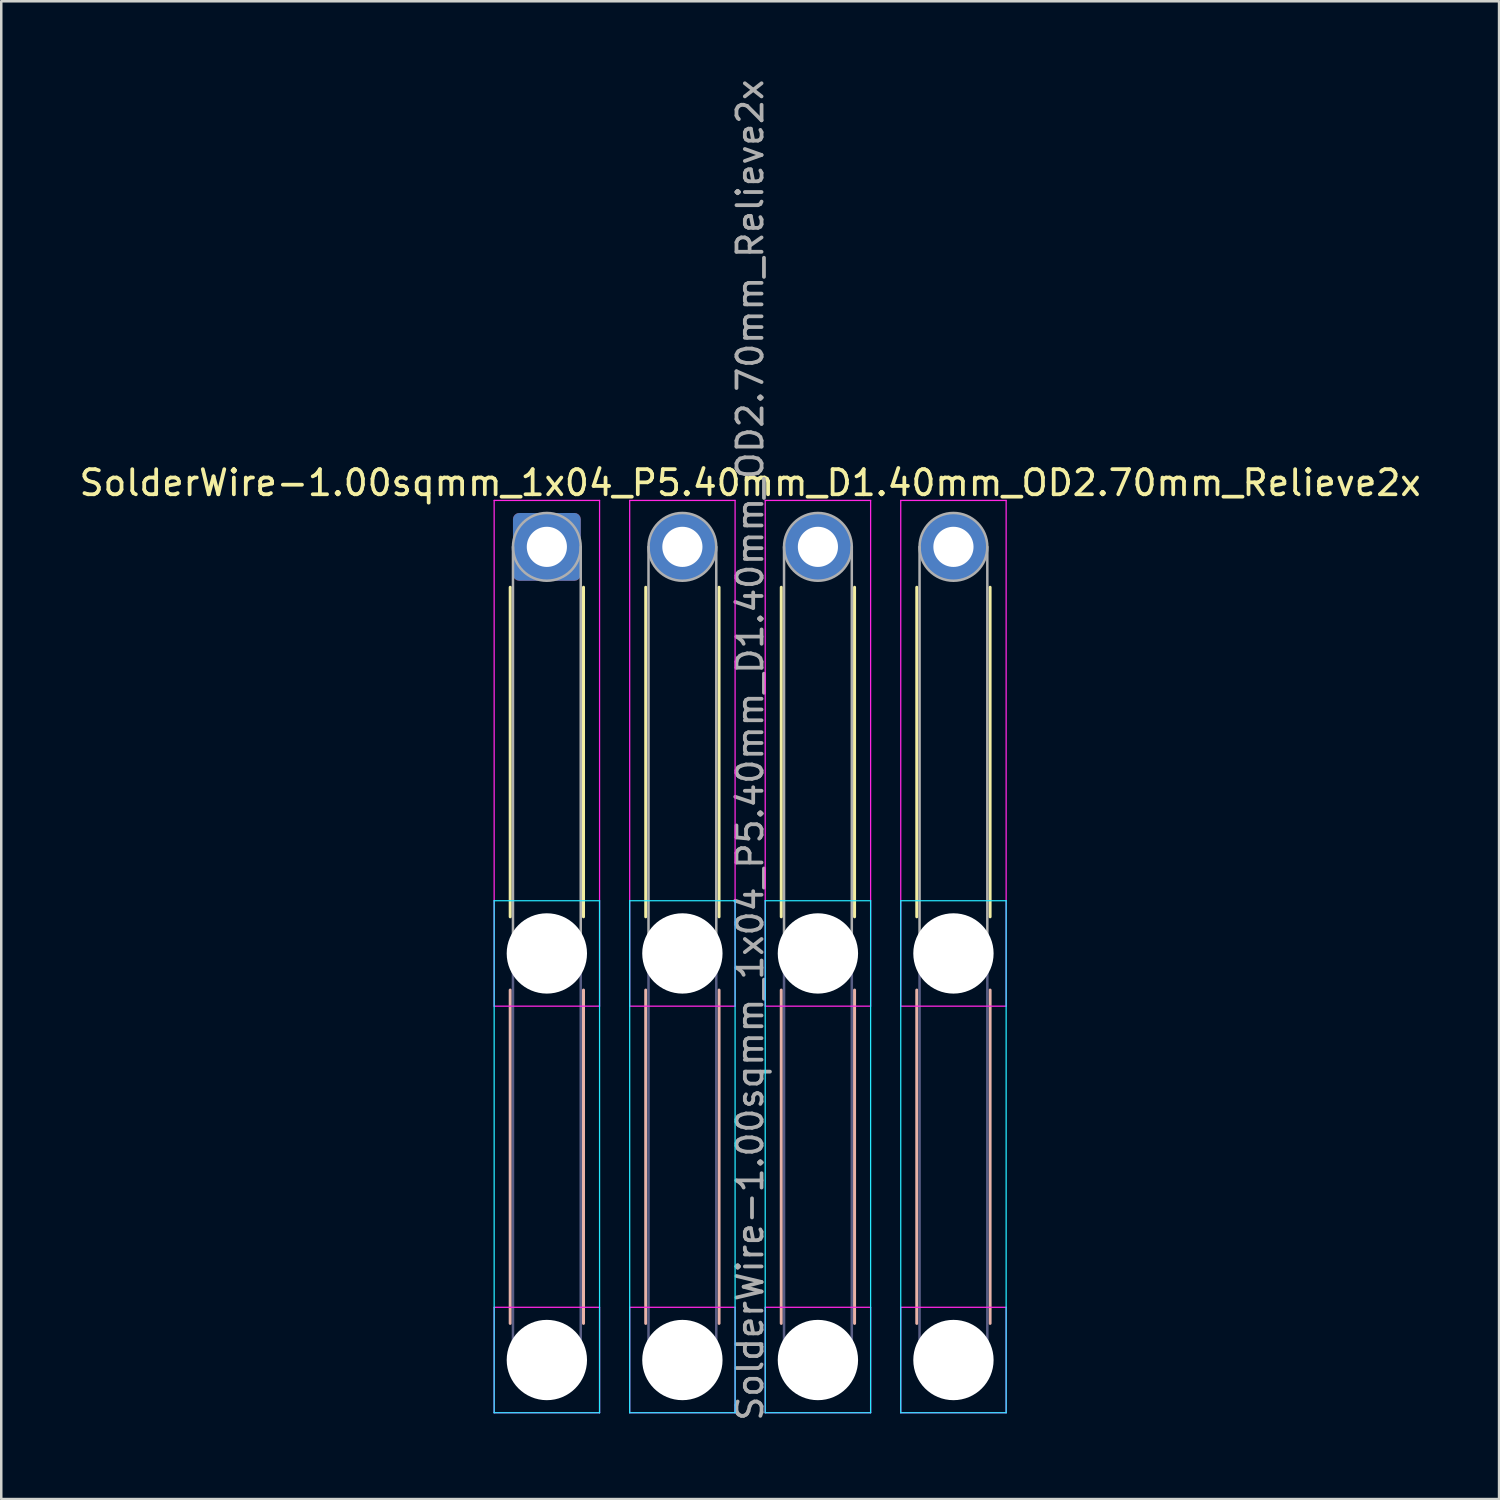
<source format=kicad_pcb>
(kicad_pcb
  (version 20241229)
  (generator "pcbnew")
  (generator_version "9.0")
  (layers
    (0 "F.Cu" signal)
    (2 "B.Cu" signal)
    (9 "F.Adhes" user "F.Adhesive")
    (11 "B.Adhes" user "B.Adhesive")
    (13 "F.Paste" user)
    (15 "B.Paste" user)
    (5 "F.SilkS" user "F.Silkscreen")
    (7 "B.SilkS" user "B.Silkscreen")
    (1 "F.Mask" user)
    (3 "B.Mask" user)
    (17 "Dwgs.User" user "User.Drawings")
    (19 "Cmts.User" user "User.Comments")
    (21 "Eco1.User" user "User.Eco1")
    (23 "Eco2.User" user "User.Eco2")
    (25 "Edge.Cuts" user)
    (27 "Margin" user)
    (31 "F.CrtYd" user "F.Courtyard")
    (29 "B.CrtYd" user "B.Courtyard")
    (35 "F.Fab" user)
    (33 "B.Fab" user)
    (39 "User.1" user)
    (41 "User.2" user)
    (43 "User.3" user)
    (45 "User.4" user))
  (footprint "SolderWire-1.00sqmm_1x04_P5.40mm_D1.40mm_OD2.70mm_Relieve2x"
    (layer "F.Cu")
    (at 18.739 18.739)
    (property "Reference" "SolderWire-1.00sqmm_1x04_P5.40mm_D1.40mm_OD2.70mm_Relieve2x" (at 8.1 -2.55 0) (layer "F.SilkS") (effects (font (size 1 1) (thickness 0.15))))
    (attr exclude_from_pos_files exclude_from_bom)
    (fp_line (start -1.46 1.61) (end -1.46 14.74) (stroke (width 0.12) (type solid)) (layer "F.SilkS"))
    (fp_line (start 1.46 1.61) (end 1.46 14.74) (stroke (width 0.12) (type solid)) (layer "F.SilkS"))
    (fp_line (start 3.94 1.61) (end 3.94 14.74) (stroke (width 0.12) (type solid)) (layer "F.SilkS"))
    (fp_line (start 6.86 1.61) (end 6.86 14.74) (stroke (width 0.12) (type solid)) (layer "F.SilkS"))
    (fp_line (start 9.34 1.61) (end 9.34 14.74) (stroke (width 0.12) (type solid)) (layer "F.SilkS"))
    (fp_line (start 12.26 1.61) (end 12.26 14.74) (stroke (width 0.12) (type solid)) (layer "F.SilkS"))
    (fp_line (start 14.74 1.61) (end 14.74 14.74) (stroke (width 0.12) (type solid)) (layer "F.SilkS"))
    (fp_line (start 17.66 1.61) (end 17.66 14.74) (stroke (width 0.12) (type solid)) (layer "F.SilkS"))
    (fp_line (start -1.46 17.66) (end -1.46 30.94) (stroke (width 0.12) (type solid)) (layer "B.SilkS"))
    (fp_line (start 1.46 17.66) (end 1.46 30.94) (stroke (width 0.12) (type solid)) (layer "B.SilkS"))
    (fp_line (start 3.94 17.66) (end 3.94 30.94) (stroke (width 0.12) (type solid)) (layer "B.SilkS"))
    (fp_line (start 6.86 17.66) (end 6.86 30.94) (stroke (width 0.12) (type solid)) (layer "B.SilkS"))
    (fp_line (start 9.34 17.66) (end 9.34 30.94) (stroke (width 0.12) (type solid)) (layer "B.SilkS"))
    (fp_line (start 12.26 17.66) (end 12.26 30.94) (stroke (width 0.12) (type solid)) (layer "B.SilkS"))
    (fp_line (start 14.74 17.66) (end 14.74 30.94) (stroke (width 0.12) (type solid)) (layer "B.SilkS"))
    (fp_line (start 17.66 17.66) (end 17.66 30.94) (stroke (width 0.12) (type solid)) (layer "B.SilkS"))
    (fp_line (start -2.1 14.1) (end -2.1 34.5) (stroke (width 0.05) (type solid)) (layer "B.CrtYd"))
    (fp_line (start -2.1 34.5) (end 2.1 34.5) (stroke (width 0.05) (type solid)) (layer "B.CrtYd"))
    (fp_line (start 2.1 14.1) (end -2.1 14.1) (stroke (width 0.05) (type solid)) (layer "B.CrtYd"))
    (fp_line (start 2.1 34.5) (end 2.1 14.1) (stroke (width 0.05) (type solid)) (layer "B.CrtYd"))
    (fp_line (start 3.3 14.1) (end 3.3 34.5) (stroke (width 0.05) (type solid)) (layer "B.CrtYd"))
    (fp_line (start 3.3 34.5) (end 7.5 34.5) (stroke (width 0.05) (type solid)) (layer "B.CrtYd"))
    (fp_line (start 7.5 14.1) (end 3.3 14.1) (stroke (width 0.05) (type solid)) (layer "B.CrtYd"))
    (fp_line (start 7.5 34.5) (end 7.5 14.1) (stroke (width 0.05) (type solid)) (layer "B.CrtYd"))
    (fp_line (start 8.7 14.1) (end 8.7 34.5) (stroke (width 0.05) (type solid)) (layer "B.CrtYd"))
    (fp_line (start 8.7 34.5) (end 12.9 34.5) (stroke (width 0.05) (type solid)) (layer "B.CrtYd"))
    (fp_line (start 12.9 14.1) (end 8.7 14.1) (stroke (width 0.05) (type solid)) (layer "B.CrtYd"))
    (fp_line (start 12.9 34.5) (end 12.9 14.1) (stroke (width 0.05) (type solid)) (layer "B.CrtYd"))
    (fp_line (start 14.1 14.1) (end 14.1 34.5) (stroke (width 0.05) (type solid)) (layer "B.CrtYd"))
    (fp_line (start 14.1 34.5) (end 18.3 34.5) (stroke (width 0.05) (type solid)) (layer "B.CrtYd"))
    (fp_line (start 18.3 14.1) (end 14.1 14.1) (stroke (width 0.05) (type solid)) (layer "B.CrtYd"))
    (fp_line (start 18.3 34.5) (end 18.3 14.1) (stroke (width 0.05) (type solid)) (layer "B.CrtYd"))
    (fp_line (start -2.1 -1.85) (end -2.1 18.3) (stroke (width 0.05) (type solid)) (layer "F.CrtYd"))
    (fp_line (start -2.1 18.3) (end 2.1 18.3) (stroke (width 0.05) (type solid)) (layer "F.CrtYd"))
    (fp_line (start -2.1 30.3) (end -2.1 34.5) (stroke (width 0.05) (type solid)) (layer "F.CrtYd"))
    (fp_line (start -2.1 34.5) (end 2.1 34.5) (stroke (width 0.05) (type solid)) (layer "F.CrtYd"))
    (fp_line (start 2.1 -1.85) (end -2.1 -1.85) (stroke (width 0.05) (type solid)) (layer "F.CrtYd"))
    (fp_line (start 2.1 18.3) (end 2.1 -1.85) (stroke (width 0.05) (type solid)) (layer "F.CrtYd"))
    (fp_line (start 2.1 30.3) (end -2.1 30.3) (stroke (width 0.05) (type solid)) (layer "F.CrtYd"))
    (fp_line (start 2.1 34.5) (end 2.1 30.3) (stroke (width 0.05) (type solid)) (layer "F.CrtYd"))
    (fp_line (start 3.3 -1.85) (end 3.3 18.3) (stroke (width 0.05) (type solid)) (layer "F.CrtYd"))
    (fp_line (start 3.3 18.3) (end 7.5 18.3) (stroke (width 0.05) (type solid)) (layer "F.CrtYd"))
    (fp_line (start 3.3 30.3) (end 3.3 34.5) (stroke (width 0.05) (type solid)) (layer "F.CrtYd"))
    (fp_line (start 3.3 34.5) (end 7.5 34.5) (stroke (width 0.05) (type solid)) (layer "F.CrtYd"))
    (fp_line (start 7.5 -1.85) (end 3.3 -1.85) (stroke (width 0.05) (type solid)) (layer "F.CrtYd"))
    (fp_line (start 7.5 18.3) (end 7.5 -1.85) (stroke (width 0.05) (type solid)) (layer "F.CrtYd"))
    (fp_line (start 7.5 30.3) (end 3.3 30.3) (stroke (width 0.05) (type solid)) (layer "F.CrtYd"))
    (fp_line (start 7.5 34.5) (end 7.5 30.3) (stroke (width 0.05) (type solid)) (layer "F.CrtYd"))
    (fp_line (start 8.7 -1.85) (end 8.7 18.3) (stroke (width 0.05) (type solid)) (layer "F.CrtYd"))
    (fp_line (start 8.7 18.3) (end 12.9 18.3) (stroke (width 0.05) (type solid)) (layer "F.CrtYd"))
    (fp_line (start 8.7 30.3) (end 8.7 34.5) (stroke (width 0.05) (type solid)) (layer "F.CrtYd"))
    (fp_line (start 8.7 34.5) (end 12.9 34.5) (stroke (width 0.05) (type solid)) (layer "F.CrtYd"))
    (fp_line (start 12.9 -1.85) (end 8.7 -1.85) (stroke (width 0.05) (type solid)) (layer "F.CrtYd"))
    (fp_line (start 12.9 18.3) (end 12.9 -1.85) (stroke (width 0.05) (type solid)) (layer "F.CrtYd"))
    (fp_line (start 12.9 30.3) (end 8.7 30.3) (stroke (width 0.05) (type solid)) (layer "F.CrtYd"))
    (fp_line (start 12.9 34.5) (end 12.9 30.3) (stroke (width 0.05) (type solid)) (layer "F.CrtYd"))
    (fp_line (start 14.1 -1.85) (end 14.1 18.3) (stroke (width 0.05) (type solid)) (layer "F.CrtYd"))
    (fp_line (start 14.1 18.3) (end 18.3 18.3) (stroke (width 0.05) (type solid)) (layer "F.CrtYd"))
    (fp_line (start 14.1 30.3) (end 14.1 34.5) (stroke (width 0.05) (type solid)) (layer "F.CrtYd"))
    (fp_line (start 14.1 34.5) (end 18.3 34.5) (stroke (width 0.05) (type solid)) (layer "F.CrtYd"))
    (fp_line (start 18.3 -1.85) (end 14.1 -1.85) (stroke (width 0.05) (type solid)) (layer "F.CrtYd"))
    (fp_line (start 18.3 18.3) (end 18.3 -1.85) (stroke (width 0.05) (type solid)) (layer "F.CrtYd"))
    (fp_line (start 18.3 30.3) (end 14.1 30.3) (stroke (width 0.05) (type solid)) (layer "F.CrtYd"))
    (fp_line (start 18.3 34.5) (end 18.3 30.3) (stroke (width 0.05) (type solid)) (layer "F.CrtYd"))
    (fp_line (start -1.35 16.2) (end -1.35 32.4) (stroke (width 0.1) (type solid)) (layer "B.Fab"))
    (fp_line (start 1.35 16.2) (end 1.35 32.4) (stroke (width 0.1) (type solid)) (layer "B.Fab"))
    (fp_line (start 4.05 16.2) (end 4.05 32.4) (stroke (width 0.1) (type solid)) (layer "B.Fab"))
    (fp_line (start 6.75 16.2) (end 6.75 32.4) (stroke (width 0.1) (type solid)) (layer "B.Fab"))
    (fp_line (start 9.45 16.2) (end 9.45 32.4) (stroke (width 0.1) (type solid)) (layer "B.Fab"))
    (fp_line (start 12.15 16.2) (end 12.15 32.4) (stroke (width 0.1) (type solid)) (layer "B.Fab"))
    (fp_line (start 14.85 16.2) (end 14.85 32.4) (stroke (width 0.1) (type solid)) (layer "B.Fab"))
    (fp_line (start 17.55 16.2) (end 17.55 32.4) (stroke (width 0.1) (type solid)) (layer "B.Fab"))
    (fp_circle (center 0 16.2) (end 1.35 16.2) (stroke (width 0.1) (type solid)) (fill no) (layer "B.Fab"))
    (fp_circle (center 0 32.4) (end 1.35 32.4) (stroke (width 0.1) (type solid)) (fill no) (layer "B.Fab"))
    (fp_circle (center 5.4 16.2) (end 6.75 16.2) (stroke (width 0.1) (type solid)) (fill no) (layer "B.Fab"))
    (fp_circle (center 5.4 32.4) (end 6.75 32.4) (stroke (width 0.1) (type solid)) (fill no) (layer "B.Fab"))
    (fp_circle (center 10.8 16.2) (end 12.15 16.2) (stroke (width 0.1) (type solid)) (fill no) (layer "B.Fab"))
    (fp_circle (center 10.8 32.4) (end 12.15 32.4) (stroke (width 0.1) (type solid)) (fill no) (layer "B.Fab"))
    (fp_circle (center 16.2 16.2) (end 17.55 16.2) (stroke (width 0.1) (type solid)) (fill no) (layer "B.Fab"))
    (fp_circle (center 16.2 32.4) (end 17.55 32.4) (stroke (width 0.1) (type solid)) (fill no) (layer "B.Fab"))
    (fp_line (start -1.35 0) (end -1.35 16.2) (stroke (width 0.1) (type solid)) (layer "F.Fab"))
    (fp_line (start 1.35 0) (end 1.35 16.2) (stroke (width 0.1) (type solid)) (layer "F.Fab"))
    (fp_line (start 4.05 0) (end 4.05 16.2) (stroke (width 0.1) (type solid)) (layer "F.Fab"))
    (fp_line (start 6.75 0) (end 6.75 16.2) (stroke (width 0.1) (type solid)) (layer "F.Fab"))
    (fp_line (start 9.45 0) (end 9.45 16.2) (stroke (width 0.1) (type solid)) (layer "F.Fab"))
    (fp_line (start 12.15 0) (end 12.15 16.2) (stroke (width 0.1) (type solid)) (layer "F.Fab"))
    (fp_line (start 14.85 0) (end 14.85 16.2) (stroke (width 0.1) (type solid)) (layer "F.Fab"))
    (fp_line (start 17.55 0) (end 17.55 16.2) (stroke (width 0.1) (type solid)) (layer "F.Fab"))
    (fp_circle (center 0 0) (end 1.35 0) (stroke (width 0.1) (type solid)) (fill no) (layer "F.Fab"))
    (fp_circle (center 0 16.2) (end 1.35 16.2) (stroke (width 0.1) (type solid)) (fill no) (layer "F.Fab"))
    (fp_circle (center 0 32.4) (end 1.35 32.4) (stroke (width 0.1) (type solid)) (fill no) (layer "F.Fab"))
    (fp_circle (center 5.4 0) (end 6.75 0) (stroke (width 0.1) (type solid)) (fill no) (layer "F.Fab"))
    (fp_circle (center 5.4 16.2) (end 6.75 16.2) (stroke (width 0.1) (type solid)) (fill no) (layer "F.Fab"))
    (fp_circle (center 5.4 32.4) (end 6.75 32.4) (stroke (width 0.1) (type solid)) (fill no) (layer "F.Fab"))
    (fp_circle (center 10.8 0) (end 12.15 0) (stroke (width 0.1) (type solid)) (fill no) (layer "F.Fab"))
    (fp_circle (center 10.8 16.2) (end 12.15 16.2) (stroke (width 0.1) (type solid)) (fill no) (layer "F.Fab"))
    (fp_circle (center 10.8 32.4) (end 12.15 32.4) (stroke (width 0.1) (type solid)) (fill no) (layer "F.Fab"))
    (fp_circle (center 16.2 0) (end 17.55 0) (stroke (width 0.1) (type solid)) (fill no) (layer "F.Fab"))
    (fp_circle (center 16.2 16.2) (end 17.55 16.2) (stroke (width 0.1) (type solid)) (fill no) (layer "F.Fab"))
    (fp_circle (center 16.2 32.4) (end 17.55 32.4) (stroke (width 0.1) (type solid)) (fill no) (layer "F.Fab"))
    (fp_text user "${REFERENCE}" (at 8.1 8.1 90) (layer "F.Fab") (effects (font (size 1 1) (thickness 0.15))))
    (pad "" np_thru_hole circle (at 0 16.2) (size 3.2 3.2) (drill 3.2) (layers "*.Cu" "*.Mask"))
    (pad "" np_thru_hole circle (at 0 32.4) (size 3.2 3.2) (drill 3.2) (layers "*.Cu" "*.Mask"))
    (pad "" np_thru_hole circle (at 5.4 16.2) (size 3.2 3.2) (drill 3.2) (layers "*.Cu" "*.Mask"))
    (pad "" np_thru_hole circle (at 5.4 32.4) (size 3.2 3.2) (drill 3.2) (layers "*.Cu" "*.Mask"))
    (pad "" np_thru_hole circle (at 10.8 16.2) (size 3.2 3.2) (drill 3.2) (layers "*.Cu" "*.Mask"))
    (pad "" np_thru_hole circle (at 10.8 32.4) (size 3.2 3.2) (drill 3.2) (layers "*.Cu" "*.Mask"))
    (pad "" np_thru_hole circle (at 16.2 16.2) (size 3.2 3.2) (drill 3.2) (layers "*.Cu" "*.Mask"))
    (pad "" np_thru_hole circle (at 16.2 32.4) (size 3.2 3.2) (drill 3.2) (layers "*.Cu" "*.Mask"))
    (pad "1" thru_hole roundrect (at 0 0) (size 2.7 2.7) (drill 1.6) (layers "*.Cu" "*.Mask") (roundrect_rratio 0.093))
    (pad "2" thru_hole circle (at 5.4 0) (size 2.7 2.7) (drill 1.6) (layers "*.Cu" "*.Mask"))
    (pad "3" thru_hole circle (at 10.8 0) (size 2.7 2.7) (drill 1.6) (layers "*.Cu" "*.Mask"))
    (pad "4" thru_hole circle (at 16.2 0) (size 2.7 2.7) (drill 1.6) (layers "*.Cu" "*.Mask")))
  (gr_rect
    (start -3 -3)
    (end 56.679 56.679)
    (stroke (width 0.1) (type default))
    (fill no)
    (layer "Edge.Cuts")))
</source>
